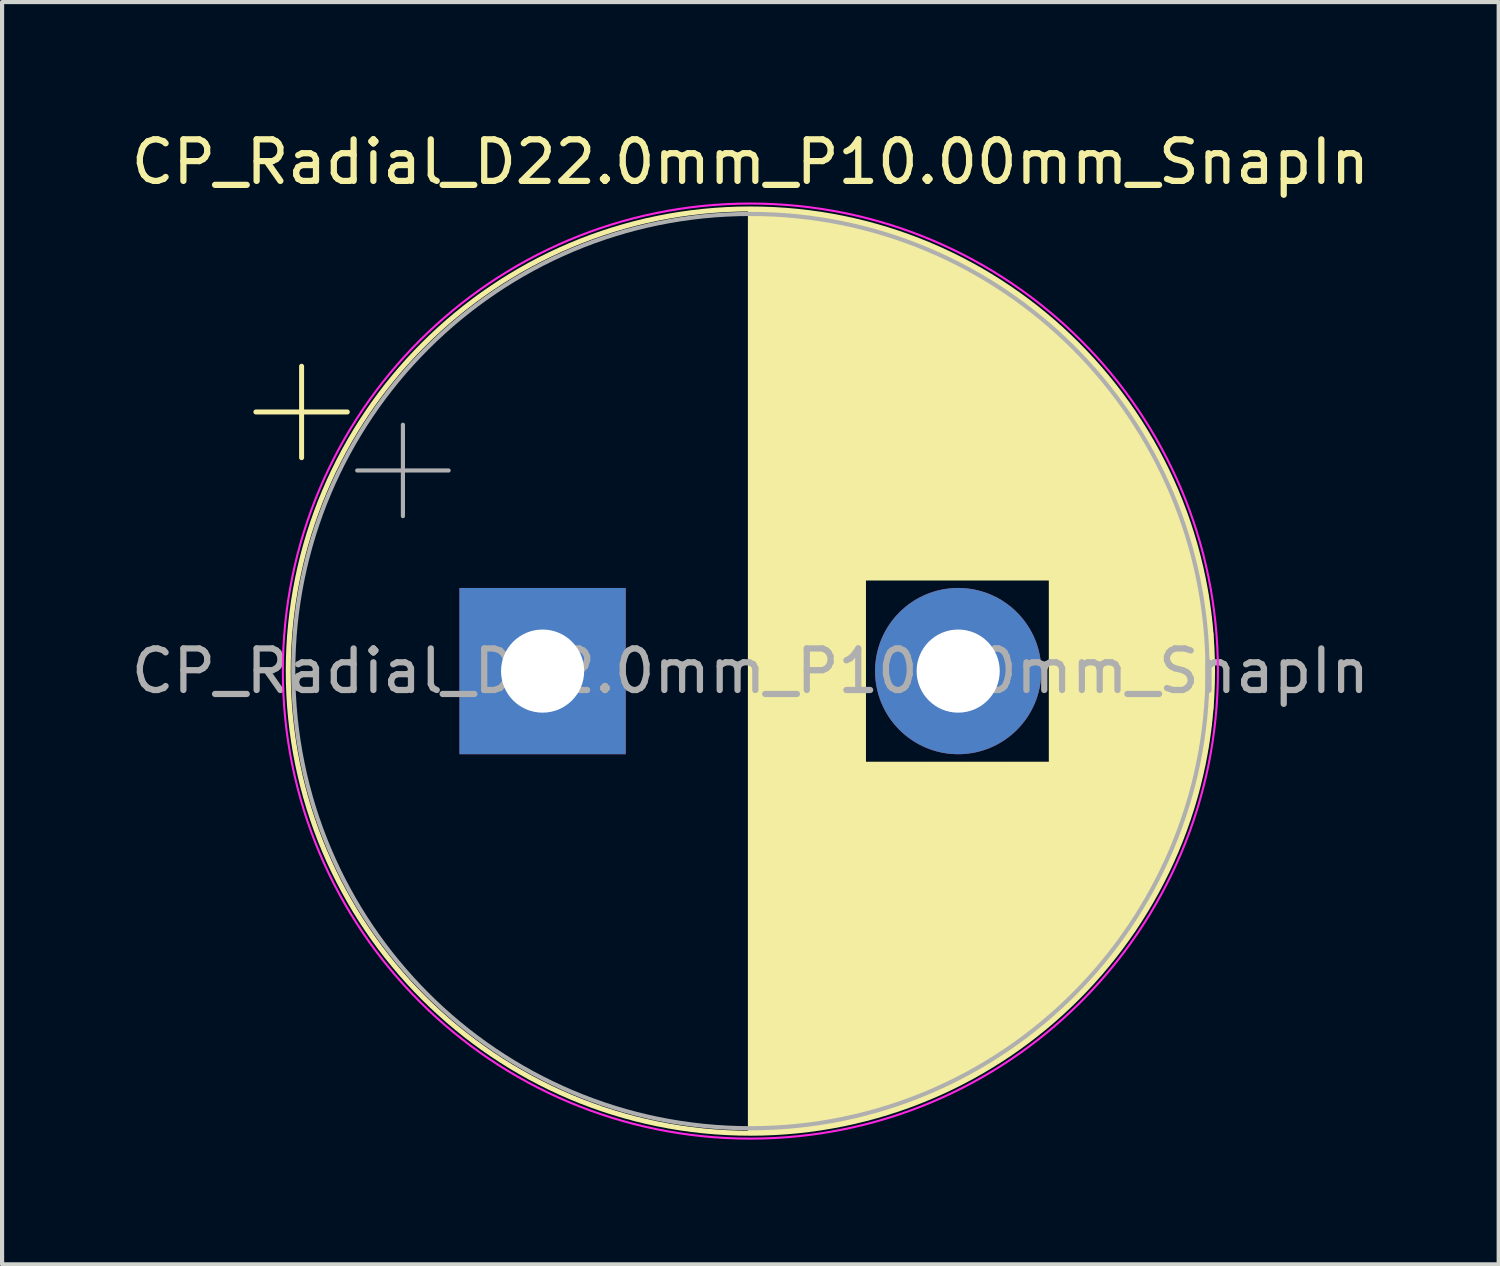
<source format=kicad_pcb>
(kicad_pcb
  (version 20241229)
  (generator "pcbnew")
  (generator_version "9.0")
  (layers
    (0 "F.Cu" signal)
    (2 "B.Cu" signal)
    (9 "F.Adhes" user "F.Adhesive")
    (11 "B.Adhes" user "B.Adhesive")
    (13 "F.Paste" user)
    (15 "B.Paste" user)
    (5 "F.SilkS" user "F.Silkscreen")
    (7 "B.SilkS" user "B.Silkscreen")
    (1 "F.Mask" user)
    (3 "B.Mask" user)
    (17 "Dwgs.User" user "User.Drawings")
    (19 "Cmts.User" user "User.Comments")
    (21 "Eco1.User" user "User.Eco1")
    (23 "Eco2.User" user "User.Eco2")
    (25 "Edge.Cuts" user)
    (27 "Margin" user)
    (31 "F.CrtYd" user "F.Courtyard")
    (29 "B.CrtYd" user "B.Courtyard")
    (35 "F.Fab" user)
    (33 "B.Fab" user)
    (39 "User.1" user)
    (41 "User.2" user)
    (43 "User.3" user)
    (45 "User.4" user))
  (footprint "CP_Radial_D22.0mm_P10.00mm_SnapIn"
    (layer "F.Cu")
    (at 10.006 13.098)
    (property "Reference" "CP_Radial_D22.0mm_P10.00mm_SnapIn" (at 5 -12.25 0) (layer "F.SilkS") (effects (font (size 1 1) (thickness 0.15))))
    (attr through_hole)
    (fp_line (start -6.899 -6.235) (end -4.699 -6.235) (stroke (width 0.12) (type solid)) (layer "F.SilkS"))
    (fp_line (start -5.799 -7.335) (end -5.799 -5.135) (stroke (width 0.12) (type solid)) (layer "F.SilkS"))
    (fp_line (start 5 -11.081) (end 5 11.081) (stroke (width 0.12) (type solid)) (layer "F.SilkS"))
    (fp_line (start 5.04 -11.08) (end 5.04 11.08) (stroke (width 0.12) (type solid)) (layer "F.SilkS"))
    (fp_line (start 5.08 -11.08) (end 5.08 11.08) (stroke (width 0.12) (type solid)) (layer "F.SilkS"))
    (fp_line (start 5.12 -11.08) (end 5.12 11.08) (stroke (width 0.12) (type solid)) (layer "F.SilkS"))
    (fp_line (start 5.16 -11.079) (end 5.16 11.079) (stroke (width 0.12) (type solid)) (layer "F.SilkS"))
    (fp_line (start 5.2 -11.079) (end 5.2 11.079) (stroke (width 0.12) (type solid)) (layer "F.SilkS"))
    (fp_line (start 5.24 -11.078) (end 5.24 11.078) (stroke (width 0.12) (type solid)) (layer "F.SilkS"))
    (fp_line (start 5.28 -11.077) (end 5.28 11.077) (stroke (width 0.12) (type solid)) (layer "F.SilkS"))
    (fp_line (start 5.32 -11.076) (end 5.32 11.076) (stroke (width 0.12) (type solid)) (layer "F.SilkS"))
    (fp_line (start 5.36 -11.075) (end 5.36 11.075) (stroke (width 0.12) (type solid)) (layer "F.SilkS"))
    (fp_line (start 5.4 -11.073) (end 5.4 11.073) (stroke (width 0.12) (type solid)) (layer "F.SilkS"))
    (fp_line (start 5.44 -11.072) (end 5.44 11.072) (stroke (width 0.12) (type solid)) (layer "F.SilkS"))
    (fp_line (start 5.48 -11.07) (end 5.48 11.07) (stroke (width 0.12) (type solid)) (layer "F.SilkS"))
    (fp_line (start 5.52 -11.068) (end 5.52 11.068) (stroke (width 0.12) (type solid)) (layer "F.SilkS"))
    (fp_line (start 5.56 -11.066) (end 5.56 11.066) (stroke (width 0.12) (type solid)) (layer "F.SilkS"))
    (fp_line (start 5.6 -11.064) (end 5.6 11.064) (stroke (width 0.12) (type solid)) (layer "F.SilkS"))
    (fp_line (start 5.64 -11.062) (end 5.64 11.062) (stroke (width 0.12) (type solid)) (layer "F.SilkS"))
    (fp_line (start 5.68 -11.06) (end 5.68 11.06) (stroke (width 0.12) (type solid)) (layer "F.SilkS"))
    (fp_line (start 5.721 -11.057) (end 5.721 11.057) (stroke (width 0.12) (type solid)) (layer "F.SilkS"))
    (fp_line (start 5.761 -11.054) (end 5.761 11.054) (stroke (width 0.12) (type solid)) (layer "F.SilkS"))
    (fp_line (start 5.801 -11.052) (end 5.801 11.052) (stroke (width 0.12) (type solid)) (layer "F.SilkS"))
    (fp_line (start 5.841 -11.049) (end 5.841 11.049) (stroke (width 0.12) (type solid)) (layer "F.SilkS"))
    (fp_line (start 5.881 -11.046) (end 5.881 11.046) (stroke (width 0.12) (type solid)) (layer "F.SilkS"))
    (fp_line (start 5.921 -11.042) (end 5.921 11.042) (stroke (width 0.12) (type solid)) (layer "F.SilkS"))
    (fp_line (start 5.961 -11.039) (end 5.961 11.039) (stroke (width 0.12) (type solid)) (layer "F.SilkS"))
    (fp_line (start 6.001 -11.035) (end 6.001 11.035) (stroke (width 0.12) (type solid)) (layer "F.SilkS"))
    (fp_line (start 6.041 -11.032) (end 6.041 11.032) (stroke (width 0.12) (type solid)) (layer "F.SilkS"))
    (fp_line (start 6.081 -11.028) (end 6.081 11.028) (stroke (width 0.12) (type solid)) (layer "F.SilkS"))
    (fp_line (start 6.121 -11.024) (end 6.121 11.024) (stroke (width 0.12) (type solid)) (layer "F.SilkS"))
    (fp_line (start 6.161 -11.02) (end 6.161 11.02) (stroke (width 0.12) (type solid)) (layer "F.SilkS"))
    (fp_line (start 6.201 -11.016) (end 6.201 11.016) (stroke (width 0.12) (type solid)) (layer "F.SilkS"))
    (fp_line (start 6.241 -11.011) (end 6.241 11.011) (stroke (width 0.12) (type solid)) (layer "F.SilkS"))
    (fp_line (start 6.281 -11.007) (end 6.281 11.007) (stroke (width 0.12) (type solid)) (layer "F.SilkS"))
    (fp_line (start 6.321 -11.002) (end 6.321 11.002) (stroke (width 0.12) (type solid)) (layer "F.SilkS"))
    (fp_line (start 6.361 -10.997) (end 6.361 10.997) (stroke (width 0.12) (type solid)) (layer "F.SilkS"))
    (fp_line (start 6.401 -10.992) (end 6.401 10.992) (stroke (width 0.12) (type solid)) (layer "F.SilkS"))
    (fp_line (start 6.441 -10.987) (end 6.441 10.987) (stroke (width 0.12) (type solid)) (layer "F.SilkS"))
    (fp_line (start 6.481 -10.982) (end 6.481 10.982) (stroke (width 0.12) (type solid)) (layer "F.SilkS"))
    (fp_line (start 6.521 -10.976) (end 6.521 10.976) (stroke (width 0.12) (type solid)) (layer "F.SilkS"))
    (fp_line (start 6.561 -10.971) (end 6.561 10.971) (stroke (width 0.12) (type solid)) (layer "F.SilkS"))
    (fp_line (start 6.601 -10.965) (end 6.601 10.965) (stroke (width 0.12) (type solid)) (layer "F.SilkS"))
    (fp_line (start 6.641 -10.959) (end 6.641 10.959) (stroke (width 0.12) (type solid)) (layer "F.SilkS"))
    (fp_line (start 6.681 -10.953) (end 6.681 10.953) (stroke (width 0.12) (type solid)) (layer "F.SilkS"))
    (fp_line (start 6.721 -10.947) (end 6.721 10.947) (stroke (width 0.12) (type solid)) (layer "F.SilkS"))
    (fp_line (start 6.761 -10.94) (end 6.761 10.94) (stroke (width 0.12) (type solid)) (layer "F.SilkS"))
    (fp_line (start 6.801 -10.934) (end 6.801 10.934) (stroke (width 0.12) (type solid)) (layer "F.SilkS"))
    (fp_line (start 6.841 -10.927) (end 6.841 10.927) (stroke (width 0.12) (type solid)) (layer "F.SilkS"))
    (fp_line (start 6.881 -10.92) (end 6.881 10.92) (stroke (width 0.12) (type solid)) (layer "F.SilkS"))
    (fp_line (start 6.921 -10.913) (end 6.921 10.913) (stroke (width 0.12) (type solid)) (layer "F.SilkS"))
    (fp_line (start 6.961 -10.906) (end 6.961 10.906) (stroke (width 0.12) (type solid)) (layer "F.SilkS"))
    (fp_line (start 7.001 -10.899) (end 7.001 10.899) (stroke (width 0.12) (type solid)) (layer "F.SilkS"))
    (fp_line (start 7.041 -10.892) (end 7.041 10.892) (stroke (width 0.12) (type solid)) (layer "F.SilkS"))
    (fp_line (start 7.081 -10.884) (end 7.081 10.884) (stroke (width 0.12) (type solid)) (layer "F.SilkS"))
    (fp_line (start 7.121 -10.877) (end 7.121 10.877) (stroke (width 0.12) (type solid)) (layer "F.SilkS"))
    (fp_line (start 7.161 -10.869) (end 7.161 10.869) (stroke (width 0.12) (type solid)) (layer "F.SilkS"))
    (fp_line (start 7.201 -10.861) (end 7.201 10.861) (stroke (width 0.12) (type solid)) (layer "F.SilkS"))
    (fp_line (start 7.241 -10.853) (end 7.241 10.853) (stroke (width 0.12) (type solid)) (layer "F.SilkS"))
    (fp_line (start 7.281 -10.844) (end 7.281 10.844) (stroke (width 0.12) (type solid)) (layer "F.SilkS"))
    (fp_line (start 7.321 -10.836) (end 7.321 10.836) (stroke (width 0.12) (type solid)) (layer "F.SilkS"))
    (fp_line (start 7.361 -10.827) (end 7.361 10.827) (stroke (width 0.12) (type solid)) (layer "F.SilkS"))
    (fp_line (start 7.401 -10.818) (end 7.401 10.818) (stroke (width 0.12) (type solid)) (layer "F.SilkS"))
    (fp_line (start 7.441 -10.809) (end 7.441 10.809) (stroke (width 0.12) (type solid)) (layer "F.SilkS"))
    (fp_line (start 7.481 -10.8) (end 7.481 10.8) (stroke (width 0.12) (type solid)) (layer "F.SilkS"))
    (fp_line (start 7.521 -10.791) (end 7.521 10.791) (stroke (width 0.12) (type solid)) (layer "F.SilkS"))
    (fp_line (start 7.561 -10.782) (end 7.561 10.782) (stroke (width 0.12) (type solid)) (layer "F.SilkS"))
    (fp_line (start 7.601 -10.772) (end 7.601 10.772) (stroke (width 0.12) (type solid)) (layer "F.SilkS"))
    (fp_line (start 7.641 -10.763) (end 7.641 10.763) (stroke (width 0.12) (type solid)) (layer "F.SilkS"))
    (fp_line (start 7.681 -10.753) (end 7.681 10.753) (stroke (width 0.12) (type solid)) (layer "F.SilkS"))
    (fp_line (start 7.721 -10.743) (end 7.721 10.743) (stroke (width 0.12) (type solid)) (layer "F.SilkS"))
    (fp_line (start 7.761 -10.733) (end 7.761 -2.24) (stroke (width 0.12) (type solid)) (layer "F.SilkS"))
    (fp_line (start 7.761 2.24) (end 7.761 10.733) (stroke (width 0.12) (type solid)) (layer "F.SilkS"))
    (fp_line (start 7.801 -10.722) (end 7.801 -2.24) (stroke (width 0.12) (type solid)) (layer "F.SilkS"))
    (fp_line (start 7.801 2.24) (end 7.801 10.722) (stroke (width 0.12) (type solid)) (layer "F.SilkS"))
    (fp_line (start 7.841 -10.712) (end 7.841 -2.24) (stroke (width 0.12) (type solid)) (layer "F.SilkS"))
    (fp_line (start 7.841 2.24) (end 7.841 10.712) (stroke (width 0.12) (type solid)) (layer "F.SilkS"))
    (fp_line (start 7.881 -10.701) (end 7.881 -2.24) (stroke (width 0.12) (type solid)) (layer "F.SilkS"))
    (fp_line (start 7.881 2.24) (end 7.881 10.701) (stroke (width 0.12) (type solid)) (layer "F.SilkS"))
    (fp_line (start 7.921 -10.69) (end 7.921 -2.24) (stroke (width 0.12) (type solid)) (layer "F.SilkS"))
    (fp_line (start 7.921 2.24) (end 7.921 10.69) (stroke (width 0.12) (type solid)) (layer "F.SilkS"))
    (fp_line (start 7.961 -10.679) (end 7.961 -2.24) (stroke (width 0.12) (type solid)) (layer "F.SilkS"))
    (fp_line (start 7.961 2.24) (end 7.961 10.679) (stroke (width 0.12) (type solid)) (layer "F.SilkS"))
    (fp_line (start 8.001 -10.668) (end 8.001 -2.24) (stroke (width 0.12) (type solid)) (layer "F.SilkS"))
    (fp_line (start 8.001 2.24) (end 8.001 10.668) (stroke (width 0.12) (type solid)) (layer "F.SilkS"))
    (fp_line (start 8.041 -10.657) (end 8.041 -2.24) (stroke (width 0.12) (type solid)) (layer "F.SilkS"))
    (fp_line (start 8.041 2.24) (end 8.041 10.657) (stroke (width 0.12) (type solid)) (layer "F.SilkS"))
    (fp_line (start 8.081 -10.645) (end 8.081 -2.24) (stroke (width 0.12) (type solid)) (layer "F.SilkS"))
    (fp_line (start 8.081 2.24) (end 8.081 10.645) (stroke (width 0.12) (type solid)) (layer "F.SilkS"))
    (fp_line (start 8.121 -10.634) (end 8.121 -2.24) (stroke (width 0.12) (type solid)) (layer "F.SilkS"))
    (fp_line (start 8.121 2.24) (end 8.121 10.634) (stroke (width 0.12) (type solid)) (layer "F.SilkS"))
    (fp_line (start 8.161 -10.622) (end 8.161 -2.24) (stroke (width 0.12) (type solid)) (layer "F.SilkS"))
    (fp_line (start 8.161 2.24) (end 8.161 10.622) (stroke (width 0.12) (type solid)) (layer "F.SilkS"))
    (fp_line (start 8.201 -10.61) (end 8.201 -2.24) (stroke (width 0.12) (type solid)) (layer "F.SilkS"))
    (fp_line (start 8.201 2.24) (end 8.201 10.61) (stroke (width 0.12) (type solid)) (layer "F.SilkS"))
    (fp_line (start 8.241 -10.598) (end 8.241 -2.24) (stroke (width 0.12) (type solid)) (layer "F.SilkS"))
    (fp_line (start 8.241 2.24) (end 8.241 10.598) (stroke (width 0.12) (type solid)) (layer "F.SilkS"))
    (fp_line (start 8.281 -10.586) (end 8.281 -2.24) (stroke (width 0.12) (type solid)) (layer "F.SilkS"))
    (fp_line (start 8.281 2.24) (end 8.281 10.586) (stroke (width 0.12) (type solid)) (layer "F.SilkS"))
    (fp_line (start 8.321 -10.573) (end 8.321 -2.24) (stroke (width 0.12) (type solid)) (layer "F.SilkS"))
    (fp_line (start 8.321 2.24) (end 8.321 10.573) (stroke (width 0.12) (type solid)) (layer "F.SilkS"))
    (fp_line (start 8.361 -10.561) (end 8.361 -2.24) (stroke (width 0.12) (type solid)) (layer "F.SilkS"))
    (fp_line (start 8.361 2.24) (end 8.361 10.561) (stroke (width 0.12) (type solid)) (layer "F.SilkS"))
    (fp_line (start 8.401 -10.548) (end 8.401 -2.24) (stroke (width 0.12) (type solid)) (layer "F.SilkS"))
    (fp_line (start 8.401 2.24) (end 8.401 10.548) (stroke (width 0.12) (type solid)) (layer "F.SilkS"))
    (fp_line (start 8.441 -10.535) (end 8.441 -2.24) (stroke (width 0.12) (type solid)) (layer "F.SilkS"))
    (fp_line (start 8.441 2.24) (end 8.441 10.535) (stroke (width 0.12) (type solid)) (layer "F.SilkS"))
    (fp_line (start 8.481 -10.522) (end 8.481 -2.24) (stroke (width 0.12) (type solid)) (layer "F.SilkS"))
    (fp_line (start 8.481 2.24) (end 8.481 10.522) (stroke (width 0.12) (type solid)) (layer "F.SilkS"))
    (fp_line (start 8.521 -10.509) (end 8.521 -2.24) (stroke (width 0.12) (type solid)) (layer "F.SilkS"))
    (fp_line (start 8.521 2.24) (end 8.521 10.509) (stroke (width 0.12) (type solid)) (layer "F.SilkS"))
    (fp_line (start 8.561 -10.495) (end 8.561 -2.24) (stroke (width 0.12) (type solid)) (layer "F.SilkS"))
    (fp_line (start 8.561 2.24) (end 8.561 10.495) (stroke (width 0.12) (type solid)) (layer "F.SilkS"))
    (fp_line (start 8.601 -10.482) (end 8.601 -2.24) (stroke (width 0.12) (type solid)) (layer "F.SilkS"))
    (fp_line (start 8.601 2.24) (end 8.601 10.482) (stroke (width 0.12) (type solid)) (layer "F.SilkS"))
    (fp_line (start 8.641 -10.468) (end 8.641 -2.24) (stroke (width 0.12) (type solid)) (layer "F.SilkS"))
    (fp_line (start 8.641 2.24) (end 8.641 10.468) (stroke (width 0.12) (type solid)) (layer "F.SilkS"))
    (fp_line (start 8.681 -10.454) (end 8.681 -2.24) (stroke (width 0.12) (type solid)) (layer "F.SilkS"))
    (fp_line (start 8.681 2.24) (end 8.681 10.454) (stroke (width 0.12) (type solid)) (layer "F.SilkS"))
    (fp_line (start 8.721 -10.44) (end 8.721 -2.24) (stroke (width 0.12) (type solid)) (layer "F.SilkS"))
    (fp_line (start 8.721 2.24) (end 8.721 10.44) (stroke (width 0.12) (type solid)) (layer "F.SilkS"))
    (fp_line (start 8.761 -10.426) (end 8.761 -2.24) (stroke (width 0.12) (type solid)) (layer "F.SilkS"))
    (fp_line (start 8.761 2.24) (end 8.761 10.426) (stroke (width 0.12) (type solid)) (layer "F.SilkS"))
    (fp_line (start 8.801 -10.411) (end 8.801 -2.24) (stroke (width 0.12) (type solid)) (layer "F.SilkS"))
    (fp_line (start 8.801 2.24) (end 8.801 10.411) (stroke (width 0.12) (type solid)) (layer "F.SilkS"))
    (fp_line (start 8.841 -10.396) (end 8.841 -2.24) (stroke (width 0.12) (type solid)) (layer "F.SilkS"))
    (fp_line (start 8.841 2.24) (end 8.841 10.396) (stroke (width 0.12) (type solid)) (layer "F.SilkS"))
    (fp_line (start 8.881 -10.382) (end 8.881 -2.24) (stroke (width 0.12) (type solid)) (layer "F.SilkS"))
    (fp_line (start 8.881 2.24) (end 8.881 10.382) (stroke (width 0.12) (type solid)) (layer "F.SilkS"))
    (fp_line (start 8.921 -10.367) (end 8.921 -2.24) (stroke (width 0.12) (type solid)) (layer "F.SilkS"))
    (fp_line (start 8.921 2.24) (end 8.921 10.367) (stroke (width 0.12) (type solid)) (layer "F.SilkS"))
    (fp_line (start 8.961 -10.351) (end 8.961 -2.24) (stroke (width 0.12) (type solid)) (layer "F.SilkS"))
    (fp_line (start 8.961 2.24) (end 8.961 10.351) (stroke (width 0.12) (type solid)) (layer "F.SilkS"))
    (fp_line (start 9.001 -10.336) (end 9.001 -2.24) (stroke (width 0.12) (type solid)) (layer "F.SilkS"))
    (fp_line (start 9.001 2.24) (end 9.001 10.336) (stroke (width 0.12) (type solid)) (layer "F.SilkS"))
    (fp_line (start 9.041 -10.321) (end 9.041 -2.24) (stroke (width 0.12) (type solid)) (layer "F.SilkS"))
    (fp_line (start 9.041 2.24) (end 9.041 10.321) (stroke (width 0.12) (type solid)) (layer "F.SilkS"))
    (fp_line (start 9.081 -10.305) (end 9.081 -2.24) (stroke (width 0.12) (type solid)) (layer "F.SilkS"))
    (fp_line (start 9.081 2.24) (end 9.081 10.305) (stroke (width 0.12) (type solid)) (layer "F.SilkS"))
    (fp_line (start 9.121 -10.289) (end 9.121 -2.24) (stroke (width 0.12) (type solid)) (layer "F.SilkS"))
    (fp_line (start 9.121 2.24) (end 9.121 10.289) (stroke (width 0.12) (type solid)) (layer "F.SilkS"))
    (fp_line (start 9.161 -10.273) (end 9.161 -2.24) (stroke (width 0.12) (type solid)) (layer "F.SilkS"))
    (fp_line (start 9.161 2.24) (end 9.161 10.273) (stroke (width 0.12) (type solid)) (layer "F.SilkS"))
    (fp_line (start 9.201 -10.257) (end 9.201 -2.24) (stroke (width 0.12) (type solid)) (layer "F.SilkS"))
    (fp_line (start 9.201 2.24) (end 9.201 10.257) (stroke (width 0.12) (type solid)) (layer "F.SilkS"))
    (fp_line (start 9.241 -10.24) (end 9.241 -2.24) (stroke (width 0.12) (type solid)) (layer "F.SilkS"))
    (fp_line (start 9.241 2.24) (end 9.241 10.24) (stroke (width 0.12) (type solid)) (layer "F.SilkS"))
    (fp_line (start 9.281 -10.224) (end 9.281 -2.24) (stroke (width 0.12) (type solid)) (layer "F.SilkS"))
    (fp_line (start 9.281 2.24) (end 9.281 10.224) (stroke (width 0.12) (type solid)) (layer "F.SilkS"))
    (fp_line (start 9.321 -10.207) (end 9.321 -2.24) (stroke (width 0.12) (type solid)) (layer "F.SilkS"))
    (fp_line (start 9.321 2.24) (end 9.321 10.207) (stroke (width 0.12) (type solid)) (layer "F.SilkS"))
    (fp_line (start 9.361 -10.19) (end 9.361 -2.24) (stroke (width 0.12) (type solid)) (layer "F.SilkS"))
    (fp_line (start 9.361 2.24) (end 9.361 10.19) (stroke (width 0.12) (type solid)) (layer "F.SilkS"))
    (fp_line (start 9.401 -10.173) (end 9.401 -2.24) (stroke (width 0.12) (type solid)) (layer "F.SilkS"))
    (fp_line (start 9.401 2.24) (end 9.401 10.173) (stroke (width 0.12) (type solid)) (layer "F.SilkS"))
    (fp_line (start 9.441 -10.156) (end 9.441 -2.24) (stroke (width 0.12) (type solid)) (layer "F.SilkS"))
    (fp_line (start 9.441 2.24) (end 9.441 10.156) (stroke (width 0.12) (type solid)) (layer "F.SilkS"))
    (fp_line (start 9.481 -10.138) (end 9.481 -2.24) (stroke (width 0.12) (type solid)) (layer "F.SilkS"))
    (fp_line (start 9.481 2.24) (end 9.481 10.138) (stroke (width 0.12) (type solid)) (layer "F.SilkS"))
    (fp_line (start 9.521 -10.12) (end 9.521 -2.24) (stroke (width 0.12) (type solid)) (layer "F.SilkS"))
    (fp_line (start 9.521 2.24) (end 9.521 10.12) (stroke (width 0.12) (type solid)) (layer "F.SilkS"))
    (fp_line (start 9.561 -10.103) (end 9.561 -2.24) (stroke (width 0.12) (type solid)) (layer "F.SilkS"))
    (fp_line (start 9.561 2.24) (end 9.561 10.103) (stroke (width 0.12) (type solid)) (layer "F.SilkS"))
    (fp_line (start 9.601 -10.084) (end 9.601 -2.24) (stroke (width 0.12) (type solid)) (layer "F.SilkS"))
    (fp_line (start 9.601 2.24) (end 9.601 10.084) (stroke (width 0.12) (type solid)) (layer "F.SilkS"))
    (fp_line (start 9.641 -10.066) (end 9.641 -2.24) (stroke (width 0.12) (type solid)) (layer "F.SilkS"))
    (fp_line (start 9.641 2.24) (end 9.641 10.066) (stroke (width 0.12) (type solid)) (layer "F.SilkS"))
    (fp_line (start 9.681 -10.048) (end 9.681 -2.24) (stroke (width 0.12) (type solid)) (layer "F.SilkS"))
    (fp_line (start 9.681 2.24) (end 9.681 10.048) (stroke (width 0.12) (type solid)) (layer "F.SilkS"))
    (fp_line (start 9.721 -10.029) (end 9.721 -2.24) (stroke (width 0.12) (type solid)) (layer "F.SilkS"))
    (fp_line (start 9.721 2.24) (end 9.721 10.029) (stroke (width 0.12) (type solid)) (layer "F.SilkS"))
    (fp_line (start 9.761 -10.01) (end 9.761 -2.24) (stroke (width 0.12) (type solid)) (layer "F.SilkS"))
    (fp_line (start 9.761 2.24) (end 9.761 10.01) (stroke (width 0.12) (type solid)) (layer "F.SilkS"))
    (fp_line (start 9.801 -9.991) (end 9.801 -2.24) (stroke (width 0.12) (type solid)) (layer "F.SilkS"))
    (fp_line (start 9.801 2.24) (end 9.801 9.991) (stroke (width 0.12) (type solid)) (layer "F.SilkS"))
    (fp_line (start 9.841 -9.972) (end 9.841 -2.24) (stroke (width 0.12) (type solid)) (layer "F.SilkS"))
    (fp_line (start 9.841 2.24) (end 9.841 9.972) (stroke (width 0.12) (type solid)) (layer "F.SilkS"))
    (fp_line (start 9.881 -9.952) (end 9.881 -2.24) (stroke (width 0.12) (type solid)) (layer "F.SilkS"))
    (fp_line (start 9.881 2.24) (end 9.881 9.952) (stroke (width 0.12) (type solid)) (layer "F.SilkS"))
    (fp_line (start 9.921 -9.933) (end 9.921 -2.24) (stroke (width 0.12) (type solid)) (layer "F.SilkS"))
    (fp_line (start 9.921 2.24) (end 9.921 9.933) (stroke (width 0.12) (type solid)) (layer "F.SilkS"))
    (fp_line (start 9.961 -9.913) (end 9.961 -2.24) (stroke (width 0.12) (type solid)) (layer "F.SilkS"))
    (fp_line (start 9.961 2.24) (end 9.961 9.913) (stroke (width 0.12) (type solid)) (layer "F.SilkS"))
    (fp_line (start 10.001 -9.893) (end 10.001 -2.24) (stroke (width 0.12) (type solid)) (layer "F.SilkS"))
    (fp_line (start 10.001 2.24) (end 10.001 9.893) (stroke (width 0.12) (type solid)) (layer "F.SilkS"))
    (fp_line (start 10.041 -9.873) (end 10.041 -2.24) (stroke (width 0.12) (type solid)) (layer "F.SilkS"))
    (fp_line (start 10.041 2.24) (end 10.041 9.873) (stroke (width 0.12) (type solid)) (layer "F.SilkS"))
    (fp_line (start 10.081 -9.852) (end 10.081 -2.24) (stroke (width 0.12) (type solid)) (layer "F.SilkS"))
    (fp_line (start 10.081 2.24) (end 10.081 9.852) (stroke (width 0.12) (type solid)) (layer "F.SilkS"))
    (fp_line (start 10.121 -9.832) (end 10.121 -2.24) (stroke (width 0.12) (type solid)) (layer "F.SilkS"))
    (fp_line (start 10.121 2.24) (end 10.121 9.832) (stroke (width 0.12) (type solid)) (layer "F.SilkS"))
    (fp_line (start 10.161 -9.811) (end 10.161 -2.24) (stroke (width 0.12) (type solid)) (layer "F.SilkS"))
    (fp_line (start 10.161 2.24) (end 10.161 9.811) (stroke (width 0.12) (type solid)) (layer "F.SilkS"))
    (fp_line (start 10.201 -9.79) (end 10.201 -2.24) (stroke (width 0.12) (type solid)) (layer "F.SilkS"))
    (fp_line (start 10.201 2.24) (end 10.201 9.79) (stroke (width 0.12) (type solid)) (layer "F.SilkS"))
    (fp_line (start 10.241 -9.768) (end 10.241 -2.24) (stroke (width 0.12) (type solid)) (layer "F.SilkS"))
    (fp_line (start 10.241 2.24) (end 10.241 9.768) (stroke (width 0.12) (type solid)) (layer "F.SilkS"))
    (fp_line (start 10.281 -9.747) (end 10.281 -2.24) (stroke (width 0.12) (type solid)) (layer "F.SilkS"))
    (fp_line (start 10.281 2.24) (end 10.281 9.747) (stroke (width 0.12) (type solid)) (layer "F.SilkS"))
    (fp_line (start 10.321 -9.725) (end 10.321 -2.24) (stroke (width 0.12) (type solid)) (layer "F.SilkS"))
    (fp_line (start 10.321 2.24) (end 10.321 9.725) (stroke (width 0.12) (type solid)) (layer "F.SilkS"))
    (fp_line (start 10.361 -9.703) (end 10.361 -2.24) (stroke (width 0.12) (type solid)) (layer "F.SilkS"))
    (fp_line (start 10.361 2.24) (end 10.361 9.703) (stroke (width 0.12) (type solid)) (layer "F.SilkS"))
    (fp_line (start 10.401 -9.681) (end 10.401 -2.24) (stroke (width 0.12) (type solid)) (layer "F.SilkS"))
    (fp_line (start 10.401 2.24) (end 10.401 9.681) (stroke (width 0.12) (type solid)) (layer "F.SilkS"))
    (fp_line (start 10.441 -9.659) (end 10.441 -2.24) (stroke (width 0.12) (type solid)) (layer "F.SilkS"))
    (fp_line (start 10.441 2.24) (end 10.441 9.659) (stroke (width 0.12) (type solid)) (layer "F.SilkS"))
    (fp_line (start 10.481 -9.636) (end 10.481 -2.24) (stroke (width 0.12) (type solid)) (layer "F.SilkS"))
    (fp_line (start 10.481 2.24) (end 10.481 9.636) (stroke (width 0.12) (type solid)) (layer "F.SilkS"))
    (fp_line (start 10.521 -9.614) (end 10.521 -2.24) (stroke (width 0.12) (type solid)) (layer "F.SilkS"))
    (fp_line (start 10.521 2.24) (end 10.521 9.614) (stroke (width 0.12) (type solid)) (layer "F.SilkS"))
    (fp_line (start 10.561 -9.591) (end 10.561 -2.24) (stroke (width 0.12) (type solid)) (layer "F.SilkS"))
    (fp_line (start 10.561 2.24) (end 10.561 9.591) (stroke (width 0.12) (type solid)) (layer "F.SilkS"))
    (fp_line (start 10.601 -9.567) (end 10.601 -2.24) (stroke (width 0.12) (type solid)) (layer "F.SilkS"))
    (fp_line (start 10.601 2.24) (end 10.601 9.567) (stroke (width 0.12) (type solid)) (layer "F.SilkS"))
    (fp_line (start 10.641 -9.544) (end 10.641 -2.24) (stroke (width 0.12) (type solid)) (layer "F.SilkS"))
    (fp_line (start 10.641 2.24) (end 10.641 9.544) (stroke (width 0.12) (type solid)) (layer "F.SilkS"))
    (fp_line (start 10.681 -9.52) (end 10.681 -2.24) (stroke (width 0.12) (type solid)) (layer "F.SilkS"))
    (fp_line (start 10.681 2.24) (end 10.681 9.52) (stroke (width 0.12) (type solid)) (layer "F.SilkS"))
    (fp_line (start 10.721 -9.497) (end 10.721 -2.24) (stroke (width 0.12) (type solid)) (layer "F.SilkS"))
    (fp_line (start 10.721 2.24) (end 10.721 9.497) (stroke (width 0.12) (type solid)) (layer "F.SilkS"))
    (fp_line (start 10.761 -9.472) (end 10.761 -2.24) (stroke (width 0.12) (type solid)) (layer "F.SilkS"))
    (fp_line (start 10.761 2.24) (end 10.761 9.472) (stroke (width 0.12) (type solid)) (layer "F.SilkS"))
    (fp_line (start 10.801 -9.448) (end 10.801 -2.24) (stroke (width 0.12) (type solid)) (layer "F.SilkS"))
    (fp_line (start 10.801 2.24) (end 10.801 9.448) (stroke (width 0.12) (type solid)) (layer "F.SilkS"))
    (fp_line (start 10.841 -9.424) (end 10.841 -2.24) (stroke (width 0.12) (type solid)) (layer "F.SilkS"))
    (fp_line (start 10.841 2.24) (end 10.841 9.424) (stroke (width 0.12) (type solid)) (layer "F.SilkS"))
    (fp_line (start 10.881 -9.399) (end 10.881 -2.24) (stroke (width 0.12) (type solid)) (layer "F.SilkS"))
    (fp_line (start 10.881 2.24) (end 10.881 9.399) (stroke (width 0.12) (type solid)) (layer "F.SilkS"))
    (fp_line (start 10.921 -9.374) (end 10.921 -2.24) (stroke (width 0.12) (type solid)) (layer "F.SilkS"))
    (fp_line (start 10.921 2.24) (end 10.921 9.374) (stroke (width 0.12) (type solid)) (layer "F.SilkS"))
    (fp_line (start 10.961 -9.348) (end 10.961 -2.24) (stroke (width 0.12) (type solid)) (layer "F.SilkS"))
    (fp_line (start 10.961 2.24) (end 10.961 9.348) (stroke (width 0.12) (type solid)) (layer "F.SilkS"))
    (fp_line (start 11.001 -9.323) (end 11.001 -2.24) (stroke (width 0.12) (type solid)) (layer "F.SilkS"))
    (fp_line (start 11.001 2.24) (end 11.001 9.323) (stroke (width 0.12) (type solid)) (layer "F.SilkS"))
    (fp_line (start 11.041 -9.297) (end 11.041 -2.24) (stroke (width 0.12) (type solid)) (layer "F.SilkS"))
    (fp_line (start 11.041 2.24) (end 11.041 9.297) (stroke (width 0.12) (type solid)) (layer "F.SilkS"))
    (fp_line (start 11.081 -9.271) (end 11.081 -2.24) (stroke (width 0.12) (type solid)) (layer "F.SilkS"))
    (fp_line (start 11.081 2.24) (end 11.081 9.271) (stroke (width 0.12) (type solid)) (layer "F.SilkS"))
    (fp_line (start 11.121 -9.245) (end 11.121 -2.24) (stroke (width 0.12) (type solid)) (layer "F.SilkS"))
    (fp_line (start 11.121 2.24) (end 11.121 9.245) (stroke (width 0.12) (type solid)) (layer "F.SilkS"))
    (fp_line (start 11.161 -9.218) (end 11.161 -2.24) (stroke (width 0.12) (type solid)) (layer "F.SilkS"))
    (fp_line (start 11.161 2.24) (end 11.161 9.218) (stroke (width 0.12) (type solid)) (layer "F.SilkS"))
    (fp_line (start 11.201 -9.192) (end 11.201 -2.24) (stroke (width 0.12) (type solid)) (layer "F.SilkS"))
    (fp_line (start 11.201 2.24) (end 11.201 9.192) (stroke (width 0.12) (type solid)) (layer "F.SilkS"))
    (fp_line (start 11.241 -9.165) (end 11.241 -2.24) (stroke (width 0.12) (type solid)) (layer "F.SilkS"))
    (fp_line (start 11.241 2.24) (end 11.241 9.165) (stroke (width 0.12) (type solid)) (layer "F.SilkS"))
    (fp_line (start 11.281 -9.137) (end 11.281 -2.24) (stroke (width 0.12) (type solid)) (layer "F.SilkS"))
    (fp_line (start 11.281 2.24) (end 11.281 9.137) (stroke (width 0.12) (type solid)) (layer "F.SilkS"))
    (fp_line (start 11.321 -9.11) (end 11.321 -2.24) (stroke (width 0.12) (type solid)) (layer "F.SilkS"))
    (fp_line (start 11.321 2.24) (end 11.321 9.11) (stroke (width 0.12) (type solid)) (layer "F.SilkS"))
    (fp_line (start 11.361 -9.082) (end 11.361 -2.24) (stroke (width 0.12) (type solid)) (layer "F.SilkS"))
    (fp_line (start 11.361 2.24) (end 11.361 9.082) (stroke (width 0.12) (type solid)) (layer "F.SilkS"))
    (fp_line (start 11.401 -9.054) (end 11.401 -2.24) (stroke (width 0.12) (type solid)) (layer "F.SilkS"))
    (fp_line (start 11.401 2.24) (end 11.401 9.054) (stroke (width 0.12) (type solid)) (layer "F.SilkS"))
    (fp_line (start 11.441 -9.026) (end 11.441 -2.24) (stroke (width 0.12) (type solid)) (layer "F.SilkS"))
    (fp_line (start 11.441 2.24) (end 11.441 9.026) (stroke (width 0.12) (type solid)) (layer "F.SilkS"))
    (fp_line (start 11.481 -8.997) (end 11.481 -2.24) (stroke (width 0.12) (type solid)) (layer "F.SilkS"))
    (fp_line (start 11.481 2.24) (end 11.481 8.997) (stroke (width 0.12) (type solid)) (layer "F.SilkS"))
    (fp_line (start 11.521 -8.968) (end 11.521 -2.24) (stroke (width 0.12) (type solid)) (layer "F.SilkS"))
    (fp_line (start 11.521 2.24) (end 11.521 8.968) (stroke (width 0.12) (type solid)) (layer "F.SilkS"))
    (fp_line (start 11.561 -8.939) (end 11.561 -2.24) (stroke (width 0.12) (type solid)) (layer "F.SilkS"))
    (fp_line (start 11.561 2.24) (end 11.561 8.939) (stroke (width 0.12) (type solid)) (layer "F.SilkS"))
    (fp_line (start 11.601 -8.91) (end 11.601 -2.24) (stroke (width 0.12) (type solid)) (layer "F.SilkS"))
    (fp_line (start 11.601 2.24) (end 11.601 8.91) (stroke (width 0.12) (type solid)) (layer "F.SilkS"))
    (fp_line (start 11.641 -8.88) (end 11.641 -2.24) (stroke (width 0.12) (type solid)) (layer "F.SilkS"))
    (fp_line (start 11.641 2.24) (end 11.641 8.88) (stroke (width 0.12) (type solid)) (layer "F.SilkS"))
    (fp_line (start 11.681 -8.85) (end 11.681 -2.24) (stroke (width 0.12) (type solid)) (layer "F.SilkS"))
    (fp_line (start 11.681 2.24) (end 11.681 8.85) (stroke (width 0.12) (type solid)) (layer "F.SilkS"))
    (fp_line (start 11.721 -8.82) (end 11.721 -2.24) (stroke (width 0.12) (type solid)) (layer "F.SilkS"))
    (fp_line (start 11.721 2.24) (end 11.721 8.82) (stroke (width 0.12) (type solid)) (layer "F.SilkS"))
    (fp_line (start 11.761 -8.79) (end 11.761 -2.24) (stroke (width 0.12) (type solid)) (layer "F.SilkS"))
    (fp_line (start 11.761 2.24) (end 11.761 8.79) (stroke (width 0.12) (type solid)) (layer "F.SilkS"))
    (fp_line (start 11.801 -8.759) (end 11.801 -2.24) (stroke (width 0.12) (type solid)) (layer "F.SilkS"))
    (fp_line (start 11.801 2.24) (end 11.801 8.759) (stroke (width 0.12) (type solid)) (layer "F.SilkS"))
    (fp_line (start 11.841 -8.728) (end 11.841 -2.24) (stroke (width 0.12) (type solid)) (layer "F.SilkS"))
    (fp_line (start 11.841 2.24) (end 11.841 8.728) (stroke (width 0.12) (type solid)) (layer "F.SilkS"))
    (fp_line (start 11.881 -8.697) (end 11.881 -2.24) (stroke (width 0.12) (type solid)) (layer "F.SilkS"))
    (fp_line (start 11.881 2.24) (end 11.881 8.697) (stroke (width 0.12) (type solid)) (layer "F.SilkS"))
    (fp_line (start 11.921 -8.665) (end 11.921 -2.24) (stroke (width 0.12) (type solid)) (layer "F.SilkS"))
    (fp_line (start 11.921 2.24) (end 11.921 8.665) (stroke (width 0.12) (type solid)) (layer "F.SilkS"))
    (fp_line (start 11.961 -8.633) (end 11.961 -2.24) (stroke (width 0.12) (type solid)) (layer "F.SilkS"))
    (fp_line (start 11.961 2.24) (end 11.961 8.633) (stroke (width 0.12) (type solid)) (layer "F.SilkS"))
    (fp_line (start 12.001 -8.601) (end 12.001 -2.24) (stroke (width 0.12) (type solid)) (layer "F.SilkS"))
    (fp_line (start 12.001 2.24) (end 12.001 8.601) (stroke (width 0.12) (type solid)) (layer "F.SilkS"))
    (fp_line (start 12.041 -8.568) (end 12.041 -2.24) (stroke (width 0.12) (type solid)) (layer "F.SilkS"))
    (fp_line (start 12.041 2.24) (end 12.041 8.568) (stroke (width 0.12) (type solid)) (layer "F.SilkS"))
    (fp_line (start 12.081 -8.535) (end 12.081 -2.24) (stroke (width 0.12) (type solid)) (layer "F.SilkS"))
    (fp_line (start 12.081 2.24) (end 12.081 8.535) (stroke (width 0.12) (type solid)) (layer "F.SilkS"))
    (fp_line (start 12.121 -8.502) (end 12.121 -2.24) (stroke (width 0.12) (type solid)) (layer "F.SilkS"))
    (fp_line (start 12.121 2.24) (end 12.121 8.502) (stroke (width 0.12) (type solid)) (layer "F.SilkS"))
    (fp_line (start 12.161 -8.469) (end 12.161 -2.24) (stroke (width 0.12) (type solid)) (layer "F.SilkS"))
    (fp_line (start 12.161 2.24) (end 12.161 8.469) (stroke (width 0.12) (type solid)) (layer "F.SilkS"))
    (fp_line (start 12.201 -8.435) (end 12.201 -2.24) (stroke (width 0.12) (type solid)) (layer "F.SilkS"))
    (fp_line (start 12.201 2.24) (end 12.201 8.435) (stroke (width 0.12) (type solid)) (layer "F.SilkS"))
    (fp_line (start 12.241 -8.401) (end 12.241 8.401) (stroke (width 0.12) (type solid)) (layer "F.SilkS"))
    (fp_line (start 12.281 -8.366) (end 12.281 8.366) (stroke (width 0.12) (type solid)) (layer "F.SilkS"))
    (fp_line (start 12.321 -8.331) (end 12.321 8.331) (stroke (width 0.12) (type solid)) (layer "F.SilkS"))
    (fp_line (start 12.361 -8.296) (end 12.361 8.296) (stroke (width 0.12) (type solid)) (layer "F.SilkS"))
    (fp_line (start 12.401 -8.261) (end 12.401 8.261) (stroke (width 0.12) (type solid)) (layer "F.SilkS"))
    (fp_line (start 12.441 -8.225) (end 12.441 8.225) (stroke (width 0.12) (type solid)) (layer "F.SilkS"))
    (fp_line (start 12.481 -8.189) (end 12.481 8.189) (stroke (width 0.12) (type solid)) (layer "F.SilkS"))
    (fp_line (start 12.521 -8.152) (end 12.521 8.152) (stroke (width 0.12) (type solid)) (layer "F.SilkS"))
    (fp_line (start 12.561 -8.115) (end 12.561 8.115) (stroke (width 0.12) (type solid)) (layer "F.SilkS"))
    (fp_line (start 12.601 -8.078) (end 12.601 8.078) (stroke (width 0.12) (type solid)) (layer "F.SilkS"))
    (fp_line (start 12.641 -8.04) (end 12.641 8.04) (stroke (width 0.12) (type solid)) (layer "F.SilkS"))
    (fp_line (start 12.681 -8.002) (end 12.681 8.002) (stroke (width 0.12) (type solid)) (layer "F.SilkS"))
    (fp_line (start 12.721 -7.964) (end 12.721 7.964) (stroke (width 0.12) (type solid)) (layer "F.SilkS"))
    (fp_line (start 12.761 -7.925) (end 12.761 7.925) (stroke (width 0.12) (type solid)) (layer "F.SilkS"))
    (fp_line (start 12.801 -7.886) (end 12.801 7.886) (stroke (width 0.12) (type solid)) (layer "F.SilkS"))
    (fp_line (start 12.841 -7.846) (end 12.841 7.846) (stroke (width 0.12) (type solid)) (layer "F.SilkS"))
    (fp_line (start 12.881 -7.807) (end 12.881 7.807) (stroke (width 0.12) (type solid)) (layer "F.SilkS"))
    (fp_line (start 12.921 -7.766) (end 12.921 7.766) (stroke (width 0.12) (type solid)) (layer "F.SilkS"))
    (fp_line (start 12.961 -7.725) (end 12.961 7.725) (stroke (width 0.12) (type solid)) (layer "F.SilkS"))
    (fp_line (start 13.001 -7.684) (end 13.001 7.684) (stroke (width 0.12) (type solid)) (layer "F.SilkS"))
    (fp_line (start 13.041 -7.642) (end 13.041 7.642) (stroke (width 0.12) (type solid)) (layer "F.SilkS"))
    (fp_line (start 13.081 -7.6) (end 13.081 7.6) (stroke (width 0.12) (type solid)) (layer "F.SilkS"))
    (fp_line (start 13.121 -7.558) (end 13.121 7.558) (stroke (width 0.12) (type solid)) (layer "F.SilkS"))
    (fp_line (start 13.161 -7.515) (end 13.161 7.515) (stroke (width 0.12) (type solid)) (layer "F.SilkS"))
    (fp_line (start 13.2 -7.471) (end 13.2 7.471) (stroke (width 0.12) (type solid)) (layer "F.SilkS"))
    (fp_line (start 13.24 -7.428) (end 13.24 7.428) (stroke (width 0.12) (type solid)) (layer "F.SilkS"))
    (fp_line (start 13.28 -7.383) (end 13.28 7.383) (stroke (width 0.12) (type solid)) (layer "F.SilkS"))
    (fp_line (start 13.32 -7.338) (end 13.32 7.338) (stroke (width 0.12) (type solid)) (layer "F.SilkS"))
    (fp_line (start 13.36 -7.293) (end 13.36 7.293) (stroke (width 0.12) (type solid)) (layer "F.SilkS"))
    (fp_line (start 13.4 -7.247) (end 13.4 7.247) (stroke (width 0.12) (type solid)) (layer "F.SilkS"))
    (fp_line (start 13.44 -7.201) (end 13.44 7.201) (stroke (width 0.12) (type solid)) (layer "F.SilkS"))
    (fp_line (start 13.48 -7.154) (end 13.48 7.154) (stroke (width 0.12) (type solid)) (layer "F.SilkS"))
    (fp_line (start 13.52 -7.106) (end 13.52 7.106) (stroke (width 0.12) (type solid)) (layer "F.SilkS"))
    (fp_line (start 13.56 -7.058) (end 13.56 7.058) (stroke (width 0.12) (type solid)) (layer "F.SilkS"))
    (fp_line (start 13.6 -7.01) (end 13.6 7.01) (stroke (width 0.12) (type solid)) (layer "F.SilkS"))
    (fp_line (start 13.64 -6.961) (end 13.64 6.961) (stroke (width 0.12) (type solid)) (layer "F.SilkS"))
    (fp_line (start 13.68 -6.911) (end 13.68 6.911) (stroke (width 0.12) (type solid)) (layer "F.SilkS"))
    (fp_line (start 13.72 -6.861) (end 13.72 6.861) (stroke (width 0.12) (type solid)) (layer "F.SilkS"))
    (fp_line (start 13.76 -6.81) (end 13.76 6.81) (stroke (width 0.12) (type solid)) (layer "F.SilkS"))
    (fp_line (start 13.8 -6.759) (end 13.8 6.759) (stroke (width 0.12) (type solid)) (layer "F.SilkS"))
    (fp_line (start 13.84 -6.707) (end 13.84 6.707) (stroke (width 0.12) (type solid)) (layer "F.SilkS"))
    (fp_line (start 13.88 -6.654) (end 13.88 6.654) (stroke (width 0.12) (type solid)) (layer "F.SilkS"))
    (fp_line (start 13.92 -6.6) (end 13.92 6.6) (stroke (width 0.12) (type solid)) (layer "F.SilkS"))
    (fp_line (start 13.96 -6.546) (end 13.96 6.546) (stroke (width 0.12) (type solid)) (layer "F.SilkS"))
    (fp_line (start 14 -6.492) (end 14 6.492) (stroke (width 0.12) (type solid)) (layer "F.SilkS"))
    (fp_line (start 14.04 -6.436) (end 14.04 6.436) (stroke (width 0.12) (type solid)) (layer "F.SilkS"))
    (fp_line (start 14.08 -6.38) (end 14.08 6.38) (stroke (width 0.12) (type solid)) (layer "F.SilkS"))
    (fp_line (start 14.12 -6.323) (end 14.12 6.323) (stroke (width 0.12) (type solid)) (layer "F.SilkS"))
    (fp_line (start 14.16 -6.265) (end 14.16 6.265) (stroke (width 0.12) (type solid)) (layer "F.SilkS"))
    (fp_line (start 14.2 -6.207) (end 14.2 6.207) (stroke (width 0.12) (type solid)) (layer "F.SilkS"))
    (fp_line (start 14.24 -6.147) (end 14.24 6.147) (stroke (width 0.12) (type solid)) (layer "F.SilkS"))
    (fp_line (start 14.28 -6.087) (end 14.28 6.087) (stroke (width 0.12) (type solid)) (layer "F.SilkS"))
    (fp_line (start 14.32 -6.026) (end 14.32 6.026) (stroke (width 0.12) (type solid)) (layer "F.SilkS"))
    (fp_line (start 14.36 -5.964) (end 14.36 5.964) (stroke (width 0.12) (type solid)) (layer "F.SilkS"))
    (fp_line (start 14.4 -5.901) (end 14.4 5.901) (stroke (width 0.12) (type solid)) (layer "F.SilkS"))
    (fp_line (start 14.44 -5.838) (end 14.44 5.838) (stroke (width 0.12) (type solid)) (layer "F.SilkS"))
    (fp_line (start 14.48 -5.773) (end 14.48 5.773) (stroke (width 0.12) (type solid)) (layer "F.SilkS"))
    (fp_line (start 14.52 -5.707) (end 14.52 5.707) (stroke (width 0.12) (type solid)) (layer "F.SilkS"))
    (fp_line (start 14.56 -5.64) (end 14.56 5.64) (stroke (width 0.12) (type solid)) (layer "F.SilkS"))
    (fp_line (start 14.6 -5.572) (end 14.6 5.572) (stroke (width 0.12) (type solid)) (layer "F.SilkS"))
    (fp_line (start 14.64 -5.503) (end 14.64 5.503) (stroke (width 0.12) (type solid)) (layer "F.SilkS"))
    (fp_line (start 14.68 -5.433) (end 14.68 5.433) (stroke (width 0.12) (type solid)) (layer "F.SilkS"))
    (fp_line (start 14.72 -5.362) (end 14.72 5.362) (stroke (width 0.12) (type solid)) (layer "F.SilkS"))
    (fp_line (start 14.76 -5.289) (end 14.76 5.289) (stroke (width 0.12) (type solid)) (layer "F.SilkS"))
    (fp_line (start 14.8 -5.215) (end 14.8 5.215) (stroke (width 0.12) (type solid)) (layer "F.SilkS"))
    (fp_line (start 14.84 -5.14) (end 14.84 5.14) (stroke (width 0.12) (type solid)) (layer "F.SilkS"))
    (fp_line (start 14.88 -5.063) (end 14.88 5.063) (stroke (width 0.12) (type solid)) (layer "F.SilkS"))
    (fp_line (start 14.92 -4.985) (end 14.92 4.985) (stroke (width 0.12) (type solid)) (layer "F.SilkS"))
    (fp_line (start 14.96 -4.905) (end 14.96 4.905) (stroke (width 0.12) (type solid)) (layer "F.SilkS"))
    (fp_line (start 15 -4.824) (end 15 4.824) (stroke (width 0.12) (type solid)) (layer "F.SilkS"))
    (fp_line (start 15.04 -4.741) (end 15.04 4.741) (stroke (width 0.12) (type solid)) (layer "F.SilkS"))
    (fp_line (start 15.08 -4.656) (end 15.08 4.656) (stroke (width 0.12) (type solid)) (layer "F.SilkS"))
    (fp_line (start 15.12 -4.569) (end 15.12 4.569) (stroke (width 0.12) (type solid)) (layer "F.SilkS"))
    (fp_line (start 15.16 -4.48) (end 15.16 4.48) (stroke (width 0.12) (type solid)) (layer "F.SilkS"))
    (fp_line (start 15.2 -4.389) (end 15.2 4.389) (stroke (width 0.12) (type solid)) (layer "F.SilkS"))
    (fp_line (start 15.24 -4.296) (end 15.24 4.296) (stroke (width 0.12) (type solid)) (layer "F.SilkS"))
    (fp_line (start 15.28 -4.2) (end 15.28 4.2) (stroke (width 0.12) (type solid)) (layer "F.SilkS"))
    (fp_line (start 15.32 -4.102) (end 15.32 4.102) (stroke (width 0.12) (type solid)) (layer "F.SilkS"))
    (fp_line (start 15.36 -4.001) (end 15.36 4.001) (stroke (width 0.12) (type solid)) (layer "F.SilkS"))
    (fp_line (start 15.4 -3.897) (end 15.4 3.897) (stroke (width 0.12) (type solid)) (layer "F.SilkS"))
    (fp_line (start 15.44 -3.789) (end 15.44 3.789) (stroke (width 0.12) (type solid)) (layer "F.SilkS"))
    (fp_line (start 15.48 -3.679) (end 15.48 3.679) (stroke (width 0.12) (type solid)) (layer "F.SilkS"))
    (fp_line (start 15.52 -3.564) (end 15.52 3.564) (stroke (width 0.12) (type solid)) (layer "F.SilkS"))
    (fp_line (start 15.56 -3.445) (end 15.56 3.445) (stroke (width 0.12) (type solid)) (layer "F.SilkS"))
    (fp_line (start 15.6 -3.321) (end 15.6 3.321) (stroke (width 0.12) (type solid)) (layer "F.SilkS"))
    (fp_line (start 15.64 -3.192) (end 15.64 3.192) (stroke (width 0.12) (type solid)) (layer "F.SilkS"))
    (fp_line (start 15.68 -3.058) (end 15.68 3.058) (stroke (width 0.12) (type solid)) (layer "F.SilkS"))
    (fp_line (start 15.72 -2.916) (end 15.72 2.916) (stroke (width 0.12) (type solid)) (layer "F.SilkS"))
    (fp_line (start 15.76 -2.767) (end 15.76 2.767) (stroke (width 0.12) (type solid)) (layer "F.SilkS"))
    (fp_line (start 15.8 -2.609) (end 15.8 2.609) (stroke (width 0.12) (type solid)) (layer "F.SilkS"))
    (fp_line (start 15.84 -2.44) (end 15.84 2.44) (stroke (width 0.12) (type solid)) (layer "F.SilkS"))
    (fp_line (start 15.88 -2.258) (end 15.88 2.258) (stroke (width 0.12) (type solid)) (layer "F.SilkS"))
    (fp_line (start 15.92 -2.06) (end 15.92 2.06) (stroke (width 0.12) (type solid)) (layer "F.SilkS"))
    (fp_line (start 15.96 -1.84) (end 15.96 1.84) (stroke (width 0.12) (type solid)) (layer "F.SilkS"))
    (fp_line (start 16 -1.59) (end 16 1.59) (stroke (width 0.12) (type solid)) (layer "F.SilkS"))
    (fp_line (start 16.04 -1.292) (end 16.04 1.292) (stroke (width 0.12) (type solid)) (layer "F.SilkS"))
    (fp_line (start 16.08 -0.903) (end 16.08 0.903) (stroke (width 0.12) (type solid)) (layer "F.SilkS"))
    (fp_line (start 16.12 -0.04) (end 16.12 0.04) (stroke (width 0.12) (type solid)) (layer "F.SilkS"))
    (fp_circle (center 5 0) (end 16.12 0) (stroke (width 0.12) (type solid)) (fill no) (layer "F.SilkS"))
    (fp_circle (center 5 0) (end 16.25 0) (stroke (width 0.05) (type solid)) (fill no) (layer "F.CrtYd"))
    (fp_line (start -4.461 -4.827) (end -2.261 -4.827) (stroke (width 0.1) (type solid)) (layer "F.Fab"))
    (fp_line (start -3.361 -5.928) (end -3.361 -3.728) (stroke (width 0.1) (type solid)) (layer "F.Fab"))
    (fp_circle (center 5 0) (end 16 0) (stroke (width 0.1) (type solid)) (fill no) (layer "F.Fab"))
    (fp_text user "${REFERENCE}" (at 5 0 0) (layer "F.Fab") (effects (font (size 1 1) (thickness 0.15))))
    (pad "1" thru_hole rect (at 0 0) (size 4 4) (drill 2) (layers "*.Cu" "*.Mask"))
    (pad "2" thru_hole circle (at 10 0) (size 4 4) (drill 2) (layers "*.Cu" "*.Mask")))
  (gr_rect
    (start -3 -3)
    (end 33.012 27.373)
    (stroke (width 0.1) (type default))
    (fill no)
    (layer "Edge.Cuts")))
</source>
